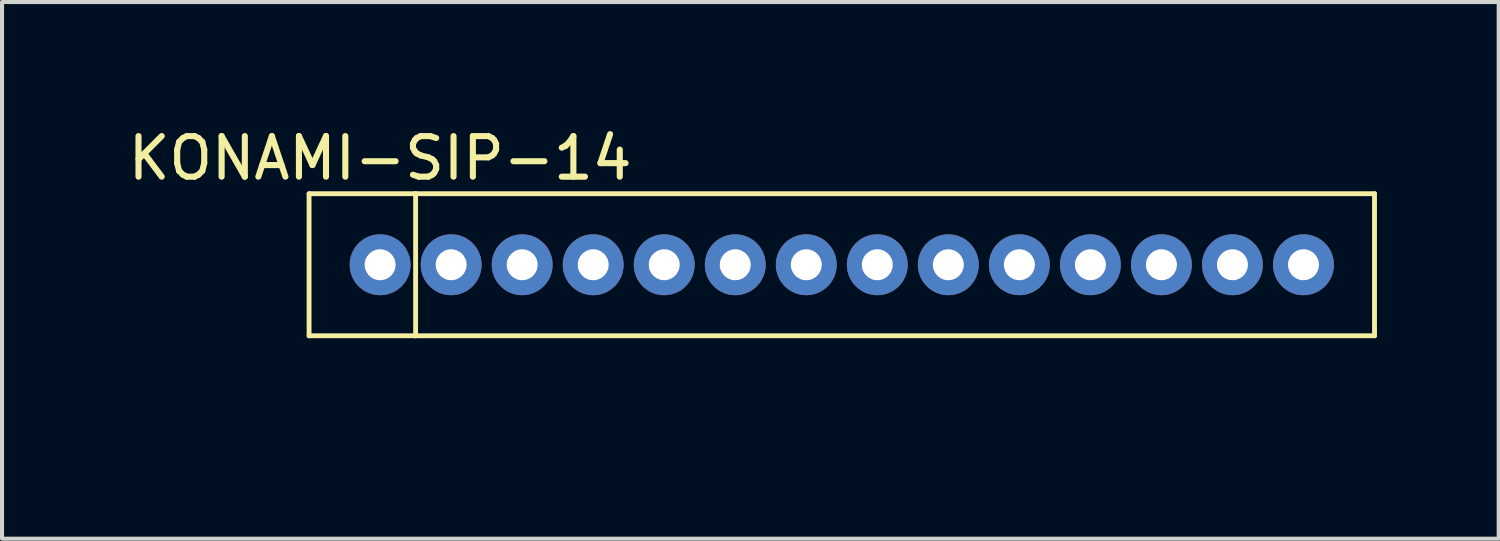
<source format=kicad_pcb>
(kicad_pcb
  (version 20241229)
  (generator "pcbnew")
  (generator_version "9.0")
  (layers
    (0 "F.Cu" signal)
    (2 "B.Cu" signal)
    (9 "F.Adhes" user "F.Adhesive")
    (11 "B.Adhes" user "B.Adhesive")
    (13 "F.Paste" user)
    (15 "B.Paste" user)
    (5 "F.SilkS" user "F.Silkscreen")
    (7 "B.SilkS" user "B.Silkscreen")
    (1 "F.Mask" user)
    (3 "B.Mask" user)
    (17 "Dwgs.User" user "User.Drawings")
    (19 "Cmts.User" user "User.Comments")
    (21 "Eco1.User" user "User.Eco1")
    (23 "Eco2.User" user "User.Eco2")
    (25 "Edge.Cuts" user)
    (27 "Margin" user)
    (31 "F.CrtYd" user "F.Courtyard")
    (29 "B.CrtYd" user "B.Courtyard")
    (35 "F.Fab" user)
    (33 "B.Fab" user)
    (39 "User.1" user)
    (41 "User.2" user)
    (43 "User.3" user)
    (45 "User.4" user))
  (footprint "KONAMI-SIP-14"
    (layer "F.Cu")
    (at 17.69 6.973)
    (property "Reference" "KONAMI-SIP-14" (at -11.375 -6.125 0) (layer "F.SilkS") (effects (font (size 1 1) (thickness 0.15))))
    (attr through_hole)
    (fp_line (start -13.125 -5.25) (end -10.5 -5.25) (stroke (width 0.12) (type solid)) (layer "F.SilkS"))
    (fp_line (start -13.125 -1.75) (end -13.125 -5.25) (stroke (width 0.12) (type solid)) (layer "F.SilkS"))
    (fp_line (start -10.5 -5.25) (end -10.5 -1.75) (stroke (width 0.12) (type solid)) (layer "F.SilkS"))
    (fp_line (start -10.5 -5.25) (end 13.125 -5.25) (stroke (width 0.12) (type solid)) (layer "F.SilkS"))
    (fp_line (start -10.5 -1.75) (end -13.125 -1.75) (stroke (width 0.12) (type solid)) (layer "F.SilkS"))
    (fp_line (start 13.125 -5.25) (end 13.125 -1.75) (stroke (width 0.12) (type solid)) (layer "F.SilkS"))
    (fp_line (start 13.125 -1.75) (end -10.5 -1.75) (stroke (width 0.12) (type solid)) (layer "F.SilkS"))
    (pad "1" thru_hole circle (at -11.375 -3.5) (size 1.5 1.5) (drill 0.762) (layers "*.Cu" "*.Mask"))
    (pad "2" thru_hole circle (at -9.625 -3.5) (size 1.5 1.5) (drill 0.762) (layers "*.Cu" "*.Mask"))
    (pad "3" thru_hole circle (at -7.875 -3.5) (size 1.5 1.5) (drill 0.762) (layers "*.Cu" "*.Mask"))
    (pad "4" thru_hole circle (at -6.125 -3.5) (size 1.5 1.5) (drill 0.762) (layers "*.Cu" "*.Mask"))
    (pad "5" thru_hole circle (at -4.375 -3.5) (size 1.5 1.5) (drill 0.762) (layers "*.Cu" "*.Mask"))
    (pad "6" thru_hole circle (at -2.625 -3.5) (size 1.5 1.5) (drill 0.762) (layers "*.Cu" "*.Mask"))
    (pad "7" thru_hole circle (at -0.875 -3.5) (size 1.5 1.5) (drill 0.762) (layers "*.Cu" "*.Mask"))
    (pad "8" thru_hole circle (at 0.875 -3.5) (size 1.5 1.5) (drill 0.762) (layers "*.Cu" "*.Mask"))
    (pad "9" thru_hole circle (at 2.625 -3.5) (size 1.5 1.5) (drill 0.762) (layers "*.Cu" "*.Mask"))
    (pad "10" thru_hole circle (at 4.375 -3.5) (size 1.5 1.5) (drill 0.762) (layers "*.Cu" "*.Mask"))
    (pad "11" thru_hole circle (at 6.125 -3.5) (size 1.5 1.5) (drill 0.762) (layers "*.Cu" "*.Mask"))
    (pad "12" thru_hole circle (at 7.875 -3.5) (size 1.5 1.5) (drill 0.762) (layers "*.Cu" "*.Mask"))
    (pad "13" thru_hole circle (at 9.625 -3.5) (size 1.5 1.5) (drill 0.762) (layers "*.Cu" "*.Mask"))
    (pad "14" thru_hole circle (at 11.375 -3.5) (size 1.5 1.5) (drill 0.762) (layers "*.Cu" "*.Mask")))
  (gr_rect
    (start -3 -3)
    (end 33.875 10.223)
    (stroke (width 0.1) (type default))
    (fill no)
    (layer "Edge.Cuts")))
</source>
